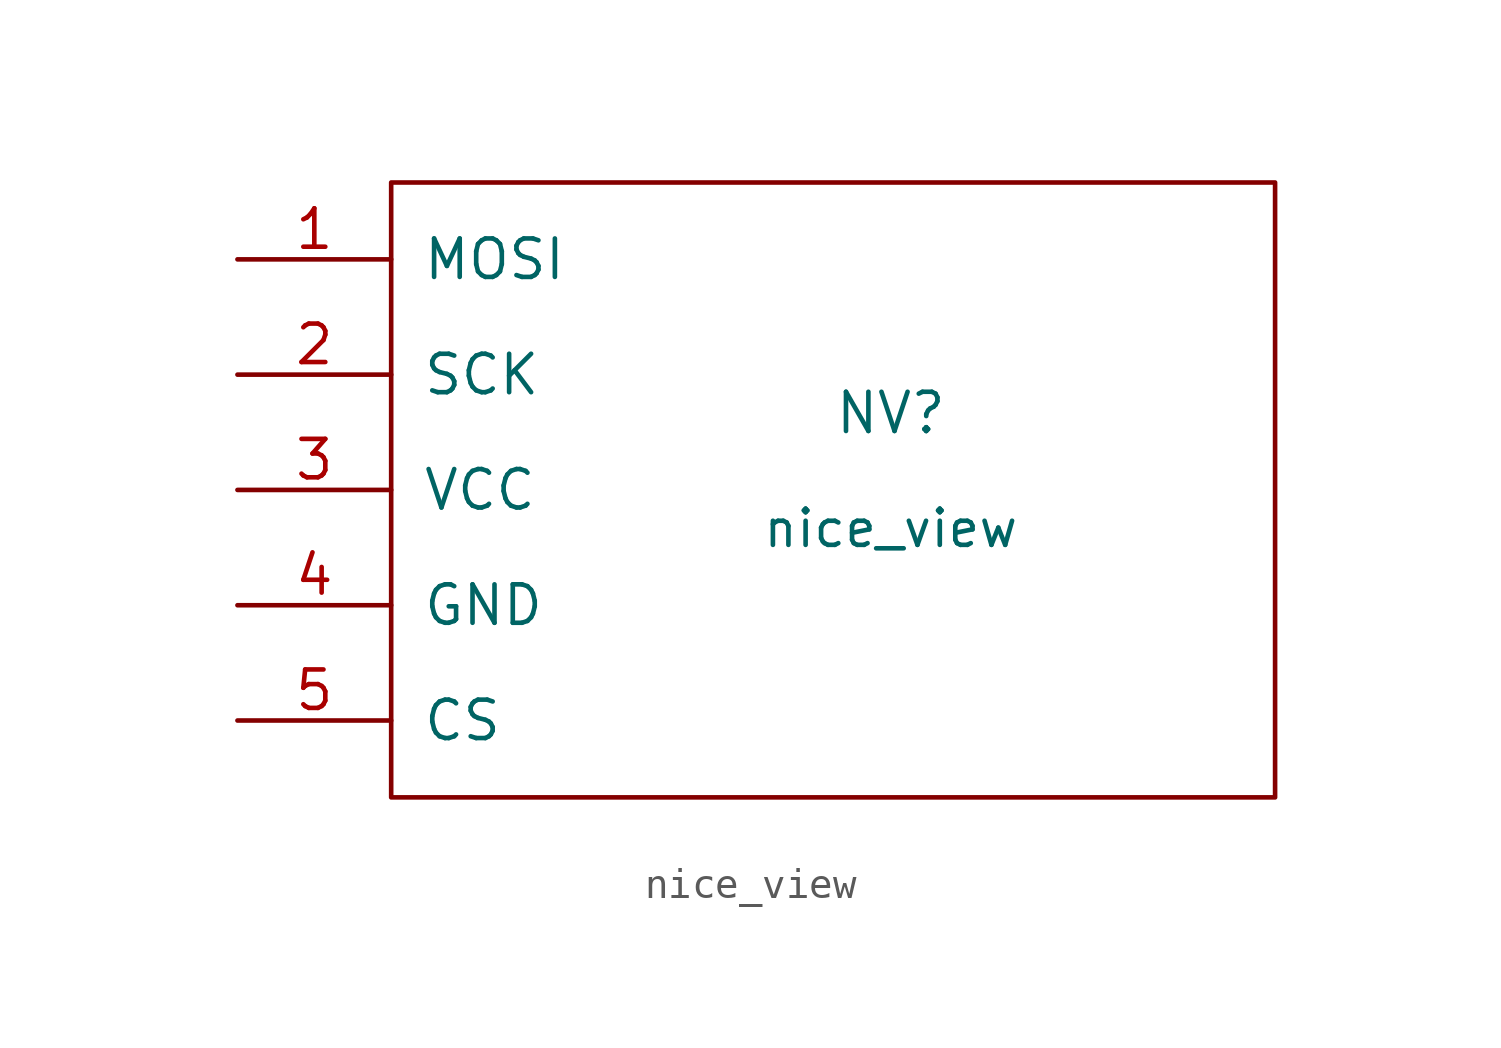
<source format=kicad_sym>
(kicad_symbol_lib
  (version 20220914)
  (generator kicad_symbol_editor)
  (symbol "nice_view"
    (pin_names
      (offset 1.016))
    (property "Reference" "NV"
      (at 2.54 1.27 0)
      (effects (font (size 1.295 1.295))))
    (property "Value" "nice_view"
      (at 2.54 -2.54 0)
      (effects (font (size 1.194 1.194))))
    (symbol "nice_view_0_1"
      (rectangle (start -13.97 8.89) (end 15.24 -11.43) (stroke (width 0) (type solid)) (fill (type none))))
    (symbol "nice_view_1_1"
      (pin bidirectional line (at -19.05 6.35 0) (length 5.08) (name "MOSI" (effects (font (size 1.27 1.27)))) (number "1" (effects (font (size 1.27 1.27)))))
      (pin bidirectional line (at -19.05 2.54 0) (length 5.08) (name "SCK" (effects (font (size 1.27 1.27)))) (number "2" (effects (font (size 1.27 1.27)))))
      (pin power_in line (at -19.05 -1.27 0) (length 5.08) (name "VCC" (effects (font (size 1.27 1.27)))) (number "3" (effects (font (size 1.27 1.27)))))
      (pin power_in line (at -19.05 -5.08 0) (length 5.08) (name "GND" (effects (font (size 1.27 1.27)))) (number "4" (effects (font (size 1.27 1.27)))))
      (pin bidirectional line (at -19.05 -8.89 0) (length 5.08) (name "CS" (effects (font (size 1.27 1.27)))) (number "5" (effects (font (size 1.27 1.27))))))))
</source>
